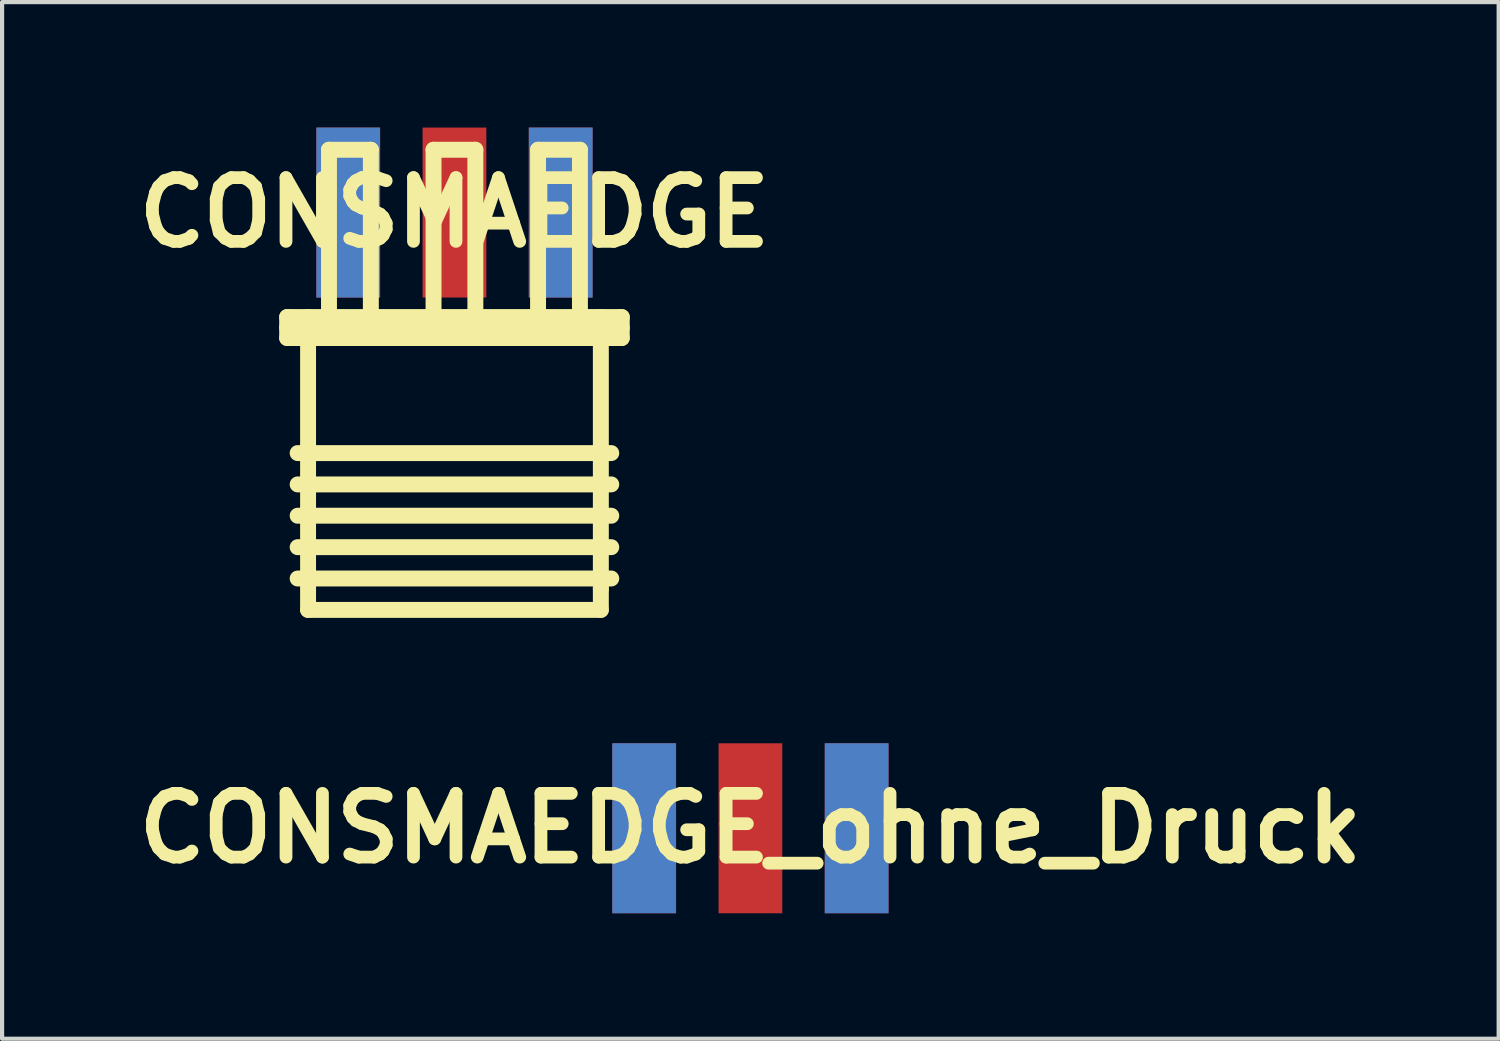
<source format=kicad_pcb>
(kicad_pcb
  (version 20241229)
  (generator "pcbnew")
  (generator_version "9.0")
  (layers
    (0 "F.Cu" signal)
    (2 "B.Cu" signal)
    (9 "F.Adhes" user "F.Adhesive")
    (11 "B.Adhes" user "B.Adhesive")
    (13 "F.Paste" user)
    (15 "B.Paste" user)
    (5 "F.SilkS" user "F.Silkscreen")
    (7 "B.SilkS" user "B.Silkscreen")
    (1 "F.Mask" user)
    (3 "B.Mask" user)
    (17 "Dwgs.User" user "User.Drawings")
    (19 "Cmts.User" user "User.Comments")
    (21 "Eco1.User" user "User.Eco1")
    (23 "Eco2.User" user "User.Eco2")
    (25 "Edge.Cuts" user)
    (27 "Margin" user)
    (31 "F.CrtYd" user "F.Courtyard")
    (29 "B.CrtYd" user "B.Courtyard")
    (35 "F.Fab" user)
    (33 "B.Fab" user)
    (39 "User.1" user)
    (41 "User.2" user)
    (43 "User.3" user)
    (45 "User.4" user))
  (footprint "CONSMAEDGE_ohne_Druck"
    (layer "F.Cu")
    (at 14.892 16.754)
    (property "Reference" "CONSMAEDGE_ohne_Druck" (at 0 0 0) (layer "F.SilkS") (effects (font (size 1.524 1.524) (thickness 0.305))))
    (attr through_hole)
    (pad "1" smd rect (at 0 0) (size 1.524 4.064) (layers "F.Cu" "F.Mask" "F.Paste"))
    (pad "2" smd rect (at -2.54 0) (size 1.524 4.064) (layers "F.Cu" "F.Mask" "F.Paste"))
    (pad "2" smd rect (at -2.54 0) (size 1.524 4.064) (layers "B.Cu" "B.Mask" "B.Paste"))
    (pad "2" smd rect (at 2.54 0) (size 1.524 4.064) (layers "F.Cu" "F.Mask" "F.Paste"))
    (pad "2" smd rect (at 2.54 0) (size 1.524 4.064) (layers "B.Cu" "B.Mask" "B.Paste")))
  (footprint "CONSMAEDGE"
    (layer "F.Cu")
    (at 7.816 2.032)
    (property "Reference" "CONSMAEDGE" (at 0 0 0) (layer "F.SilkS") (effects (font (size 1.524 1.524) (thickness 0.305))))
    (attr through_hole)
    (fp_line (start -4 2.499) (end 4 2.499) (stroke (width 0.381) (type solid)) (layer "F.SilkS"))
    (fp_line (start -4 3) (end -4 2.499) (stroke (width 0.381) (type solid)) (layer "F.SilkS"))
    (fp_line (start -4 3) (end 4 3) (stroke (width 0.381) (type solid)) (layer "F.SilkS"))
    (fp_line (start -3.749 5.751) (end 3.749 5.751) (stroke (width 0.381) (type solid)) (layer "F.SilkS"))
    (fp_line (start -3.749 8.001) (end 3.749 8.001) (stroke (width 0.381) (type solid)) (layer "F.SilkS"))
    (fp_line (start -3.5 9.5) (end -3.5 2.499) (stroke (width 0.381) (type solid)) (layer "F.SilkS"))
    (fp_line (start -3.5 9.5) (end 3.5 9.5) (stroke (width 0.381) (type solid)) (layer "F.SilkS"))
    (fp_line (start -3 -1.501) (end -1.999 -1.501) (stroke (width 0.381) (type solid)) (layer "F.SilkS"))
    (fp_line (start -3 2.499) (end -3 -1.501) (stroke (width 0.381) (type solid)) (layer "F.SilkS"))
    (fp_line (start -1.999 -1.501) (end -1.999 2.499) (stroke (width 0.381) (type solid)) (layer "F.SilkS"))
    (fp_line (start -0.5 -1.501) (end 0.5 -1.501) (stroke (width 0.381) (type solid)) (layer "F.SilkS"))
    (fp_line (start -0.5 2.499) (end -0.5 -1.501) (stroke (width 0.381) (type solid)) (layer "F.SilkS"))
    (fp_line (start 0.5 -1.501) (end 0.5 2.499) (stroke (width 0.381) (type solid)) (layer "F.SilkS"))
    (fp_line (start 1.999 -1.501) (end 3 -1.501) (stroke (width 0.381) (type solid)) (layer "F.SilkS"))
    (fp_line (start 1.999 2.499) (end 1.999 -1.501) (stroke (width 0.381) (type solid)) (layer "F.SilkS"))
    (fp_line (start 3 -1.501) (end 3 2.499) (stroke (width 0.381) (type solid)) (layer "F.SilkS"))
    (fp_line (start 3.5 2.499) (end 3.5 8.999) (stroke (width 0.381) (type solid)) (layer "F.SilkS"))
    (fp_line (start 3.5 9.5) (end 3.5 8.999) (stroke (width 0.381) (type solid)) (layer "F.SilkS"))
    (fp_line (start 3.749 6.5) (end -3.749 6.5) (stroke (width 0.381) (type solid)) (layer "F.SilkS"))
    (fp_line (start 3.749 7.249) (end -3.749 7.249) (stroke (width 0.381) (type solid)) (layer "F.SilkS"))
    (fp_line (start 3.749 8.75) (end -3.749 8.75) (stroke (width 0.381) (type solid)) (layer "F.SilkS"))
    (fp_line (start 4 2.751) (end -4 2.751) (stroke (width 0.381) (type solid)) (layer "F.SilkS"))
    (fp_line (start 4 3) (end 4 2.499) (stroke (width 0.381) (type solid)) (layer "F.SilkS"))
    (pad "1" smd rect (at 0 0) (size 1.524 4.064) (layers "F.Cu" "F.Mask" "F.Paste"))
    (pad "2" smd rect (at -2.54 0) (size 1.524 4.064) (layers "F.Cu" "F.Mask" "F.Paste"))
    (pad "2" smd rect (at -2.54 0) (size 1.524 4.064) (layers "B.Cu" "B.Mask" "B.Paste"))
    (pad "2" smd rect (at 2.54 0) (size 1.524 4.064) (layers "F.Cu" "F.Mask" "F.Paste"))
    (pad "2" smd rect (at 2.54 0) (size 1.524 4.064) (layers "B.Cu" "B.Mask" "B.Paste")))
  (gr_rect
    (start -3 -3)
    (end 32.783 21.786)
    (stroke (width 0.1) (type default))
    (fill no)
    (layer "Edge.Cuts")))
</source>
